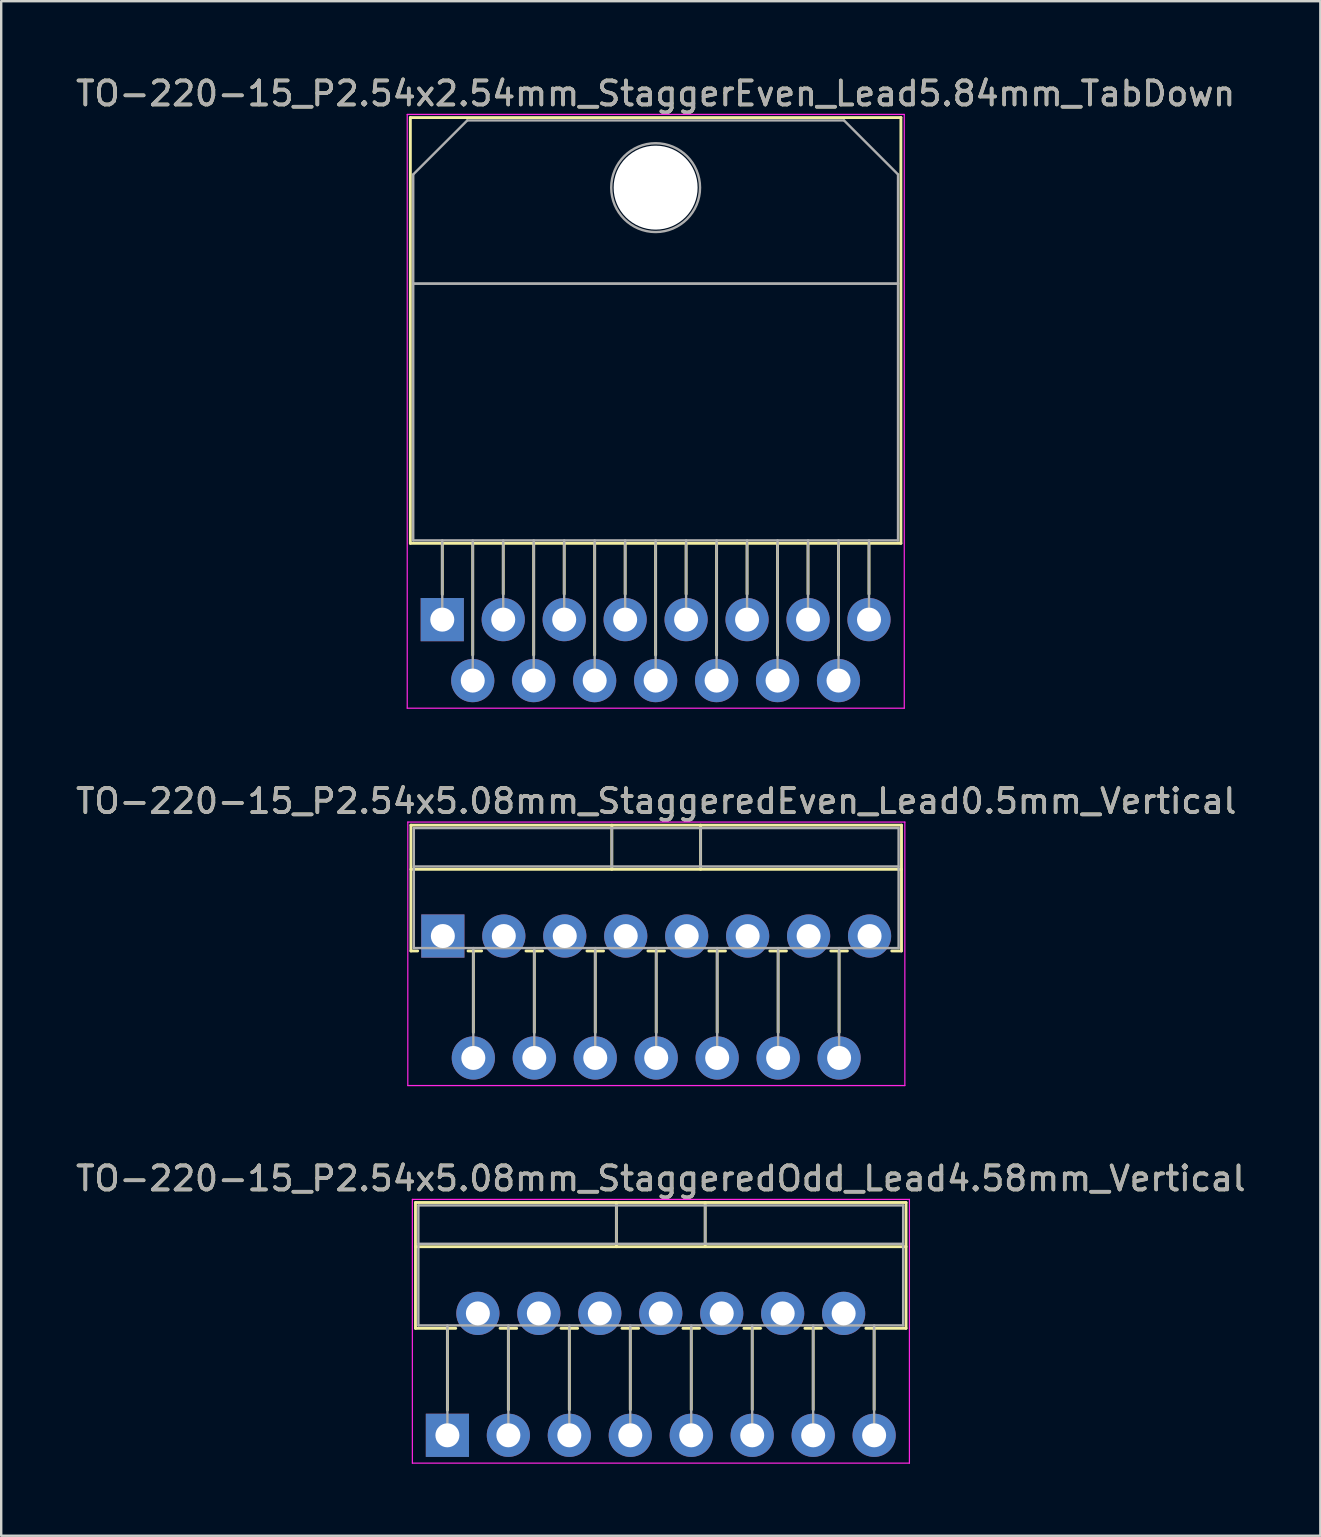
<source format=kicad_pcb>
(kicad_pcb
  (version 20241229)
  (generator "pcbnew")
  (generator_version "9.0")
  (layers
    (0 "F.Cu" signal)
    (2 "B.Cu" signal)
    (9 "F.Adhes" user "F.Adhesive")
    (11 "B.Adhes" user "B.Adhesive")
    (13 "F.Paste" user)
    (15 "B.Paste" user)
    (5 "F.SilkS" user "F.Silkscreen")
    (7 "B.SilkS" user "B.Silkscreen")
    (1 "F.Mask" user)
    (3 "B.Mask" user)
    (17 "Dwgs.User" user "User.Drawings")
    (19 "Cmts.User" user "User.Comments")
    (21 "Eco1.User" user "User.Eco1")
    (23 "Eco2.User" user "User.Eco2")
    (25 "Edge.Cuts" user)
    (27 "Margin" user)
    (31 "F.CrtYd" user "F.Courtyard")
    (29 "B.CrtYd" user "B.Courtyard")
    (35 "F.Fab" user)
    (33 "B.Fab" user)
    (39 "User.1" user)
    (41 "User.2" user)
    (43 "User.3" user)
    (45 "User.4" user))
  (footprint "TO-220-15_P2.54x2.54mm_StaggerEven_Lead5.84mm_TabDown"
    (layer "F.Cu")
    (at 15.378 22.768)
    (property "Reference" "TO-220-15_P2.54x2.54mm_StaggerEven_Lead5.84mm_TabDown" (at 8.89 -21.92 0) (layer "F.SilkS") (effects (font (size 1 1) (thickness 0.15))))
    (attr through_hole)
    (fp_line (start -1.33 -20.92) (end -1.33 -3.18) (stroke (width 0.12) (type solid)) (layer "F.SilkS"))
    (fp_line (start -1.33 -20.92) (end 19.11 -20.92) (stroke (width 0.12) (type solid)) (layer "F.SilkS"))
    (fp_line (start -1.33 -3.18) (end 19.11 -3.18) (stroke (width 0.12) (type solid)) (layer "F.SilkS"))
    (fp_line (start 0 -3.18) (end 0 -1.05) (stroke (width 0.12) (type solid)) (layer "F.SilkS"))
    (fp_line (start 1.27 -3.18) (end 1.27 1.475) (stroke (width 0.12) (type solid)) (layer "F.SilkS"))
    (fp_line (start 2.54 -3.18) (end 2.54 -1.066) (stroke (width 0.12) (type solid)) (layer "F.SilkS"))
    (fp_line (start 3.81 -3.18) (end 3.81 1.475) (stroke (width 0.12) (type solid)) (layer "F.SilkS"))
    (fp_line (start 5.08 -3.18) (end 5.08 -1.066) (stroke (width 0.12) (type solid)) (layer "F.SilkS"))
    (fp_line (start 6.35 -3.18) (end 6.35 1.475) (stroke (width 0.12) (type solid)) (layer "F.SilkS"))
    (fp_line (start 7.62 -3.18) (end 7.62 -1.066) (stroke (width 0.12) (type solid)) (layer "F.SilkS"))
    (fp_line (start 8.89 -3.18) (end 8.89 1.475) (stroke (width 0.12) (type solid)) (layer "F.SilkS"))
    (fp_line (start 10.16 -3.18) (end 10.16 -1.066) (stroke (width 0.12) (type solid)) (layer "F.SilkS"))
    (fp_line (start 11.43 -3.18) (end 11.43 1.475) (stroke (width 0.12) (type solid)) (layer "F.SilkS"))
    (fp_line (start 12.7 -3.18) (end 12.7 -1.066) (stroke (width 0.12) (type solid)) (layer "F.SilkS"))
    (fp_line (start 13.97 -3.18) (end 13.97 1.475) (stroke (width 0.12) (type solid)) (layer "F.SilkS"))
    (fp_line (start 15.24 -3.18) (end 15.24 -1.066) (stroke (width 0.12) (type solid)) (layer "F.SilkS"))
    (fp_line (start 16.51 -3.18) (end 16.51 1.475) (stroke (width 0.12) (type solid)) (layer "F.SilkS"))
    (fp_line (start 17.78 -3.18) (end 17.78 -1.066) (stroke (width 0.12) (type solid)) (layer "F.SilkS"))
    (fp_line (start 19.11 -20.92) (end 19.11 -3.18) (stroke (width 0.12) (type solid)) (layer "F.SilkS"))
    (fp_line (start -1.46 -21.05) (end -1.46 3.69) (stroke (width 0.05) (type solid)) (layer "F.CrtYd"))
    (fp_line (start -1.46 3.69) (end 19.25 3.69) (stroke (width 0.05) (type solid)) (layer "F.CrtYd"))
    (fp_line (start 19.25 -21.05) (end -1.46 -21.05) (stroke (width 0.05) (type solid)) (layer "F.CrtYd"))
    (fp_line (start 19.25 3.69) (end 19.25 -21.05) (stroke (width 0.05) (type solid)) (layer "F.CrtYd"))
    (fp_line (start -1.21 -18.55) (end 1.041 -20.8) (stroke (width 0.1) (type solid)) (layer "F.Fab"))
    (fp_line (start -1.21 -14) (end -1.21 -18.55) (stroke (width 0.1) (type solid)) (layer "F.Fab"))
    (fp_line (start -1.21 -14) (end 18.99 -14) (stroke (width 0.1) (type solid)) (layer "F.Fab"))
    (fp_line (start -1.21 -3.3) (end -1.21 -14) (stroke (width 0.1) (type solid)) (layer "F.Fab"))
    (fp_line (start 0 -3.3) (end 0 0) (stroke (width 0.1) (type solid)) (layer "F.Fab"))
    (fp_line (start 1.041 -20.8) (end 16.74 -20.8) (stroke (width 0.1) (type solid)) (layer "F.Fab"))
    (fp_line (start 1.27 -3.3) (end 1.27 2.54) (stroke (width 0.1) (type solid)) (layer "F.Fab"))
    (fp_line (start 2.54 -3.3) (end 2.54 0) (stroke (width 0.1) (type solid)) (layer "F.Fab"))
    (fp_line (start 3.81 -3.3) (end 3.81 2.54) (stroke (width 0.1) (type solid)) (layer "F.Fab"))
    (fp_line (start 5.08 -3.3) (end 5.08 0) (stroke (width 0.1) (type solid)) (layer "F.Fab"))
    (fp_line (start 6.35 -3.3) (end 6.35 2.54) (stroke (width 0.1) (type solid)) (layer "F.Fab"))
    (fp_line (start 7.62 -3.3) (end 7.62 0) (stroke (width 0.1) (type solid)) (layer "F.Fab"))
    (fp_line (start 8.89 -3.3) (end 8.89 2.54) (stroke (width 0.1) (type solid)) (layer "F.Fab"))
    (fp_line (start 10.16 -3.3) (end 10.16 0) (stroke (width 0.1) (type solid)) (layer "F.Fab"))
    (fp_line (start 11.43 -3.3) (end 11.43 2.54) (stroke (width 0.1) (type solid)) (layer "F.Fab"))
    (fp_line (start 12.7 -3.3) (end 12.7 0) (stroke (width 0.1) (type solid)) (layer "F.Fab"))
    (fp_line (start 13.97 -3.3) (end 13.97 2.54) (stroke (width 0.1) (type solid)) (layer "F.Fab"))
    (fp_line (start 15.24 -3.3) (end 15.24 0) (stroke (width 0.1) (type solid)) (layer "F.Fab"))
    (fp_line (start 16.51 -3.3) (end 16.51 2.54) (stroke (width 0.1) (type solid)) (layer "F.Fab"))
    (fp_line (start 16.74 -20.8) (end 18.99 -18.55) (stroke (width 0.1) (type solid)) (layer "F.Fab"))
    (fp_line (start 17.78 -3.3) (end 17.78 0) (stroke (width 0.1) (type solid)) (layer "F.Fab"))
    (fp_line (start 18.99 -18.55) (end 18.99 -14) (stroke (width 0.1) (type solid)) (layer "F.Fab"))
    (fp_line (start 18.99 -14) (end -1.21 -14) (stroke (width 0.1) (type solid)) (layer "F.Fab"))
    (fp_line (start 18.99 -14) (end 18.99 -3.3) (stroke (width 0.1) (type solid)) (layer "F.Fab"))
    (fp_line (start 18.99 -3.3) (end -1.21 -3.3) (stroke (width 0.1) (type solid)) (layer "F.Fab"))
    (fp_circle (center 8.89 -18) (end 10.74 -18) (stroke (width 0.1) (type solid)) (fill no) (layer "F.Fab"))
    (fp_text user "${REFERENCE}" (at 8.89 -21.92 0) (layer "F.Fab") (effects (font (size 1 1) (thickness 0.15))))
    (pad "" np_thru_hole oval (at 8.89 -18) (size 3.5 3.5) (drill 3.5) (layers "*.Cu" "*.Mask"))
    (pad "1" thru_hole rect (at 0 0) (size 1.8 1.8) (drill 1) (layers "*.Cu" "*.Mask"))
    (pad "2" thru_hole oval (at 1.27 2.54) (size 1.8 1.8) (drill 1) (layers "*.Cu" "*.Mask"))
    (pad "3" thru_hole oval (at 2.54 0) (size 1.8 1.8) (drill 1) (layers "*.Cu" "*.Mask"))
    (pad "4" thru_hole oval (at 3.81 2.54) (size 1.8 1.8) (drill 1) (layers "*.Cu" "*.Mask"))
    (pad "5" thru_hole oval (at 5.08 0) (size 1.8 1.8) (drill 1) (layers "*.Cu" "*.Mask"))
    (pad "6" thru_hole oval (at 6.35 2.54) (size 1.8 1.8) (drill 1) (layers "*.Cu" "*.Mask"))
    (pad "7" thru_hole oval (at 7.62 0) (size 1.8 1.8) (drill 1) (layers "*.Cu" "*.Mask"))
    (pad "8" thru_hole oval (at 8.89 2.54) (size 1.8 1.8) (drill 1) (layers "*.Cu" "*.Mask"))
    (pad "9" thru_hole oval (at 10.16 0) (size 1.8 1.8) (drill 1) (layers "*.Cu" "*.Mask"))
    (pad "10" thru_hole oval (at 11.43 2.54) (size 1.8 1.8) (drill 1) (layers "*.Cu" "*.Mask"))
    (pad "11" thru_hole oval (at 12.7 0) (size 1.8 1.8) (drill 1) (layers "*.Cu" "*.Mask"))
    (pad "12" thru_hole oval (at 13.97 2.54) (size 1.8 1.8) (drill 1) (layers "*.Cu" "*.Mask"))
    (pad "13" thru_hole oval (at 15.24 0) (size 1.8 1.8) (drill 1) (layers "*.Cu" "*.Mask"))
    (pad "14" thru_hole oval (at 16.51 2.54) (size 1.8 1.8) (drill 1) (layers "*.Cu" "*.Mask"))
    (pad "15" thru_hole oval (at 17.78 0) (size 1.8 1.8) (drill 1) (layers "*.Cu" "*.Mask")))
  (footprint "TO-220-15_P2.54x5.08mm_StaggeredOdd_Lead4.58mm_Vertical"
    (layer "F.Cu")
    (at 15.592 56.755)
    (property "Reference" "TO-220-15_P2.54x5.08mm_StaggeredOdd_Lead4.58mm_Vertical" (at 8.89 -10.7 0) (layer "F.SilkS") (effects (font (size 1 1) (thickness 0.15))))
    (attr through_hole)
    (fp_line (start -1.33 -9.7) (end -1.33 -4.459) (stroke (width 0.12) (type solid)) (layer "F.SilkS"))
    (fp_line (start -1.33 -9.7) (end 19.11 -9.7) (stroke (width 0.12) (type solid)) (layer "F.SilkS"))
    (fp_line (start -1.33 -7.86) (end 19.11 -7.86) (stroke (width 0.12) (type solid)) (layer "F.SilkS"))
    (fp_line (start -1.33 -4.459) (end 0.346 -4.459) (stroke (width 0.12) (type solid)) (layer "F.SilkS"))
    (fp_line (start 0 -4.459) (end 0 -1.05) (stroke (width 0.12) (type solid)) (layer "F.SilkS"))
    (fp_line (start 2.195 -4.459) (end 2.886 -4.459) (stroke (width 0.12) (type solid)) (layer "F.SilkS"))
    (fp_line (start 2.54 -4.459) (end 2.54 -1.065) (stroke (width 0.12) (type solid)) (layer "F.SilkS"))
    (fp_line (start 4.735 -4.459) (end 5.426 -4.459) (stroke (width 0.12) (type solid)) (layer "F.SilkS"))
    (fp_line (start 5.08 -4.459) (end 5.08 -1.065) (stroke (width 0.12) (type solid)) (layer "F.SilkS"))
    (fp_line (start 7.041 -9.7) (end 7.041 -7.86) (stroke (width 0.12) (type solid)) (layer "F.SilkS"))
    (fp_line (start 7.275 -4.459) (end 7.966 -4.459) (stroke (width 0.12) (type solid)) (layer "F.SilkS"))
    (fp_line (start 7.62 -4.459) (end 7.62 -1.065) (stroke (width 0.12) (type solid)) (layer "F.SilkS"))
    (fp_line (start 9.815 -4.459) (end 10.506 -4.459) (stroke (width 0.12) (type solid)) (layer "F.SilkS"))
    (fp_line (start 10.16 -4.459) (end 10.16 -1.065) (stroke (width 0.12) (type solid)) (layer "F.SilkS"))
    (fp_line (start 10.74 -9.7) (end 10.74 -7.86) (stroke (width 0.12) (type solid)) (layer "F.SilkS"))
    (fp_line (start 12.355 -4.459) (end 13.046 -4.459) (stroke (width 0.12) (type solid)) (layer "F.SilkS"))
    (fp_line (start 12.7 -4.459) (end 12.7 -1.065) (stroke (width 0.12) (type solid)) (layer "F.SilkS"))
    (fp_line (start 14.895 -4.459) (end 15.586 -4.459) (stroke (width 0.12) (type solid)) (layer "F.SilkS"))
    (fp_line (start 15.24 -4.459) (end 15.24 -1.065) (stroke (width 0.12) (type solid)) (layer "F.SilkS"))
    (fp_line (start 17.435 -4.459) (end 19.11 -4.459) (stroke (width 0.12) (type solid)) (layer "F.SilkS"))
    (fp_line (start 17.78 -4.459) (end 17.78 -1.065) (stroke (width 0.12) (type solid)) (layer "F.SilkS"))
    (fp_line (start 19.11 -9.7) (end 19.11 -4.459) (stroke (width 0.12) (type solid)) (layer "F.SilkS"))
    (fp_line (start -1.46 -9.83) (end -1.46 1.16) (stroke (width 0.05) (type solid)) (layer "F.CrtYd"))
    (fp_line (start -1.46 1.16) (end 19.25 1.16) (stroke (width 0.05) (type solid)) (layer "F.CrtYd"))
    (fp_line (start 19.25 -9.83) (end -1.46 -9.83) (stroke (width 0.05) (type solid)) (layer "F.CrtYd"))
    (fp_line (start 19.25 1.16) (end 19.25 -9.83) (stroke (width 0.05) (type solid)) (layer "F.CrtYd"))
    (fp_line (start -1.21 -9.58) (end -1.21 -4.58) (stroke (width 0.1) (type solid)) (layer "F.Fab"))
    (fp_line (start -1.21 -7.98) (end 18.99 -7.98) (stroke (width 0.1) (type solid)) (layer "F.Fab"))
    (fp_line (start -1.21 -4.58) (end 18.99 -4.58) (stroke (width 0.1) (type solid)) (layer "F.Fab"))
    (fp_line (start 0 -4.58) (end 0 0) (stroke (width 0.1) (type solid)) (layer "F.Fab"))
    (fp_line (start 2.54 -4.58) (end 2.54 0) (stroke (width 0.1) (type solid)) (layer "F.Fab"))
    (fp_line (start 5.08 -4.58) (end 5.08 0) (stroke (width 0.1) (type solid)) (layer "F.Fab"))
    (fp_line (start 7.04 -9.58) (end 7.04 -7.98) (stroke (width 0.1) (type solid)) (layer "F.Fab"))
    (fp_line (start 7.62 -4.58) (end 7.62 0) (stroke (width 0.1) (type solid)) (layer "F.Fab"))
    (fp_line (start 10.16 -4.58) (end 10.16 0) (stroke (width 0.1) (type solid)) (layer "F.Fab"))
    (fp_line (start 10.74 -9.58) (end 10.74 -7.98) (stroke (width 0.1) (type solid)) (layer "F.Fab"))
    (fp_line (start 12.7 -4.58) (end 12.7 0) (stroke (width 0.1) (type solid)) (layer "F.Fab"))
    (fp_line (start 15.24 -4.58) (end 15.24 0) (stroke (width 0.1) (type solid)) (layer "F.Fab"))
    (fp_line (start 17.78 -4.58) (end 17.78 0) (stroke (width 0.1) (type solid)) (layer "F.Fab"))
    (fp_line (start 18.99 -9.58) (end -1.21 -9.58) (stroke (width 0.1) (type solid)) (layer "F.Fab"))
    (fp_line (start 18.99 -4.58) (end 18.99 -9.58) (stroke (width 0.1) (type solid)) (layer "F.Fab"))
    (fp_text user "${REFERENCE}" (at 8.89 -10.7 0) (layer "F.Fab") (effects (font (size 1 1) (thickness 0.15))))
    (pad "1" thru_hole rect (at 0 0) (size 1.8 1.8) (drill 1) (layers "*.Cu" "*.Mask"))
    (pad "2" thru_hole oval (at 1.27 -5.08) (size 1.8 1.8) (drill 1) (layers "*.Cu" "*.Mask"))
    (pad "3" thru_hole oval (at 2.54 0) (size 1.8 1.8) (drill 1) (layers "*.Cu" "*.Mask"))
    (pad "4" thru_hole oval (at 3.81 -5.08) (size 1.8 1.8) (drill 1) (layers "*.Cu" "*.Mask"))
    (pad "5" thru_hole oval (at 5.08 0) (size 1.8 1.8) (drill 1) (layers "*.Cu" "*.Mask"))
    (pad "6" thru_hole oval (at 6.35 -5.08) (size 1.8 1.8) (drill 1) (layers "*.Cu" "*.Mask"))
    (pad "7" thru_hole oval (at 7.62 0) (size 1.8 1.8) (drill 1) (layers "*.Cu" "*.Mask"))
    (pad "8" thru_hole oval (at 8.89 -5.08) (size 1.8 1.8) (drill 1) (layers "*.Cu" "*.Mask"))
    (pad "9" thru_hole oval (at 10.16 0) (size 1.8 1.8) (drill 1) (layers "*.Cu" "*.Mask"))
    (pad "10" thru_hole oval (at 11.43 -5.08) (size 1.8 1.8) (drill 1) (layers "*.Cu" "*.Mask"))
    (pad "11" thru_hole oval (at 12.7 0) (size 1.8 1.8) (drill 1) (layers "*.Cu" "*.Mask"))
    (pad "12" thru_hole oval (at 13.97 -5.08) (size 1.8 1.8) (drill 1) (layers "*.Cu" "*.Mask"))
    (pad "13" thru_hole oval (at 15.24 0) (size 1.8 1.8) (drill 1) (layers "*.Cu" "*.Mask"))
    (pad "14" thru_hole oval (at 16.51 -5.08) (size 1.8 1.8) (drill 1) (layers "*.Cu" "*.Mask"))
    (pad "15" thru_hole oval (at 17.78 0) (size 1.8 1.8) (drill 1) (layers "*.Cu" "*.Mask")))
  (footprint "TO-220-15_P2.54x5.08mm_StaggeredEven_Lead0.5mm_Vertical"
    (layer "F.Cu")
    (at 15.402 35.952)
    (property "Reference" "TO-220-15_P2.54x5.08mm_StaggeredEven_Lead0.5mm_Vertical" (at 8.89 -5.62 0) (layer "F.SilkS") (effects (font (size 1 1) (thickness 0.15))))
    (attr through_hole)
    (fp_line (start -1.33 -4.62) (end -1.33 0.621) (stroke (width 0.12) (type solid)) (layer "F.SilkS"))
    (fp_line (start -1.33 -4.62) (end 19.11 -4.62) (stroke (width 0.12) (type solid)) (layer "F.SilkS"))
    (fp_line (start -1.33 -2.78) (end 19.11 -2.78) (stroke (width 0.12) (type solid)) (layer "F.SilkS"))
    (fp_line (start -1.33 0.621) (end -1.05 0.621) (stroke (width 0.12) (type solid)) (layer "F.SilkS"))
    (fp_line (start 1.05 0.621) (end 1.616 0.621) (stroke (width 0.12) (type solid)) (layer "F.SilkS"))
    (fp_line (start 1.27 0.621) (end 1.27 4.015) (stroke (width 0.12) (type solid)) (layer "F.SilkS"))
    (fp_line (start 3.465 0.621) (end 4.156 0.621) (stroke (width 0.12) (type solid)) (layer "F.SilkS"))
    (fp_line (start 3.81 0.621) (end 3.81 4.015) (stroke (width 0.12) (type solid)) (layer "F.SilkS"))
    (fp_line (start 6.005 0.621) (end 6.696 0.621) (stroke (width 0.12) (type solid)) (layer "F.SilkS"))
    (fp_line (start 6.35 0.621) (end 6.35 4.015) (stroke (width 0.12) (type solid)) (layer "F.SilkS"))
    (fp_line (start 7.041 -4.62) (end 7.041 -2.78) (stroke (width 0.12) (type solid)) (layer "F.SilkS"))
    (fp_line (start 8.545 0.621) (end 9.236 0.621) (stroke (width 0.12) (type solid)) (layer "F.SilkS"))
    (fp_line (start 8.89 0.621) (end 8.89 4.015) (stroke (width 0.12) (type solid)) (layer "F.SilkS"))
    (fp_line (start 10.74 -4.62) (end 10.74 -2.78) (stroke (width 0.12) (type solid)) (layer "F.SilkS"))
    (fp_line (start 11.085 0.621) (end 11.776 0.621) (stroke (width 0.12) (type solid)) (layer "F.SilkS"))
    (fp_line (start 11.43 0.621) (end 11.43 4.015) (stroke (width 0.12) (type solid)) (layer "F.SilkS"))
    (fp_line (start 13.625 0.621) (end 14.316 0.621) (stroke (width 0.12) (type solid)) (layer "F.SilkS"))
    (fp_line (start 13.97 0.621) (end 13.97 4.015) (stroke (width 0.12) (type solid)) (layer "F.SilkS"))
    (fp_line (start 16.165 0.621) (end 16.856 0.621) (stroke (width 0.12) (type solid)) (layer "F.SilkS"))
    (fp_line (start 16.51 0.621) (end 16.51 4.015) (stroke (width 0.12) (type solid)) (layer "F.SilkS"))
    (fp_line (start 18.705 0.621) (end 19.11 0.621) (stroke (width 0.12) (type solid)) (layer "F.SilkS"))
    (fp_line (start 19.11 -4.62) (end 19.11 0.621) (stroke (width 0.12) (type solid)) (layer "F.SilkS"))
    (fp_line (start -1.46 -4.75) (end -1.46 6.23) (stroke (width 0.05) (type solid)) (layer "F.CrtYd"))
    (fp_line (start -1.46 6.23) (end 19.25 6.23) (stroke (width 0.05) (type solid)) (layer "F.CrtYd"))
    (fp_line (start 19.25 -4.75) (end -1.46 -4.75) (stroke (width 0.05) (type solid)) (layer "F.CrtYd"))
    (fp_line (start 19.25 6.23) (end 19.25 -4.75) (stroke (width 0.05) (type solid)) (layer "F.CrtYd"))
    (fp_line (start -1.21 -4.5) (end -1.21 0.5) (stroke (width 0.1) (type solid)) (layer "F.Fab"))
    (fp_line (start -1.21 -2.9) (end 18.99 -2.9) (stroke (width 0.1) (type solid)) (layer "F.Fab"))
    (fp_line (start -1.21 0.5) (end 18.99 0.5) (stroke (width 0.1) (type solid)) (layer "F.Fab"))
    (fp_line (start 1.27 0.5) (end 1.27 5.08) (stroke (width 0.1) (type solid)) (layer "F.Fab"))
    (fp_line (start 3.81 0.5) (end 3.81 5.08) (stroke (width 0.1) (type solid)) (layer "F.Fab"))
    (fp_line (start 6.35 0.5) (end 6.35 5.08) (stroke (width 0.1) (type solid)) (layer "F.Fab"))
    (fp_line (start 7.04 -4.5) (end 7.04 -2.9) (stroke (width 0.1) (type solid)) (layer "F.Fab"))
    (fp_line (start 8.89 0.5) (end 8.89 5.08) (stroke (width 0.1) (type solid)) (layer "F.Fab"))
    (fp_line (start 10.74 -4.5) (end 10.74 -2.9) (stroke (width 0.1) (type solid)) (layer "F.Fab"))
    (fp_line (start 11.43 0.5) (end 11.43 5.08) (stroke (width 0.1) (type solid)) (layer "F.Fab"))
    (fp_line (start 13.97 0.5) (end 13.97 5.08) (stroke (width 0.1) (type solid)) (layer "F.Fab"))
    (fp_line (start 16.51 0.5) (end 16.51 5.08) (stroke (width 0.1) (type solid)) (layer "F.Fab"))
    (fp_line (start 18.99 -4.5) (end -1.21 -4.5) (stroke (width 0.1) (type solid)) (layer "F.Fab"))
    (fp_line (start 18.99 0.5) (end 18.99 -4.5) (stroke (width 0.1) (type solid)) (layer "F.Fab"))
    (fp_text user "${REFERENCE}" (at 8.89 -5.62 0) (layer "F.Fab") (effects (font (size 1 1) (thickness 0.15))))
    (pad "1" thru_hole rect (at 0 0) (size 1.8 1.8) (drill 1) (layers "*.Cu" "*.Mask"))
    (pad "2" thru_hole oval (at 1.27 5.08) (size 1.8 1.8) (drill 1) (layers "*.Cu" "*.Mask"))
    (pad "3" thru_hole oval (at 2.54 0) (size 1.8 1.8) (drill 1) (layers "*.Cu" "*.Mask"))
    (pad "4" thru_hole oval (at 3.81 5.08) (size 1.8 1.8) (drill 1) (layers "*.Cu" "*.Mask"))
    (pad "5" thru_hole oval (at 5.08 0) (size 1.8 1.8) (drill 1) (layers "*.Cu" "*.Mask"))
    (pad "6" thru_hole oval (at 6.35 5.08) (size 1.8 1.8) (drill 1) (layers "*.Cu" "*.Mask"))
    (pad "7" thru_hole oval (at 7.62 0) (size 1.8 1.8) (drill 1) (layers "*.Cu" "*.Mask"))
    (pad "8" thru_hole oval (at 8.89 5.08) (size 1.8 1.8) (drill 1) (layers "*.Cu" "*.Mask"))
    (pad "9" thru_hole oval (at 10.16 0) (size 1.8 1.8) (drill 1) (layers "*.Cu" "*.Mask"))
    (pad "10" thru_hole oval (at 11.43 5.08) (size 1.8 1.8) (drill 1) (layers "*.Cu" "*.Mask"))
    (pad "11" thru_hole oval (at 12.7 0) (size 1.8 1.8) (drill 1) (layers "*.Cu" "*.Mask"))
    (pad "12" thru_hole oval (at 13.97 5.08) (size 1.8 1.8) (drill 1) (layers "*.Cu" "*.Mask"))
    (pad "13" thru_hole oval (at 15.24 0) (size 1.8 1.8) (drill 1) (layers "*.Cu" "*.Mask"))
    (pad "14" thru_hole oval (at 16.51 5.08) (size 1.8 1.8) (drill 1) (layers "*.Cu" "*.Mask"))
    (pad "15" thru_hole oval (at 17.78 0) (size 1.8 1.8) (drill 1) (layers "*.Cu" "*.Mask")))
  (gr_rect
    (start -3 -3)
    (end 51.964 60.94)
    (stroke (width 0.1) (type default))
    (fill no)
    (layer "Edge.Cuts")))
</source>
